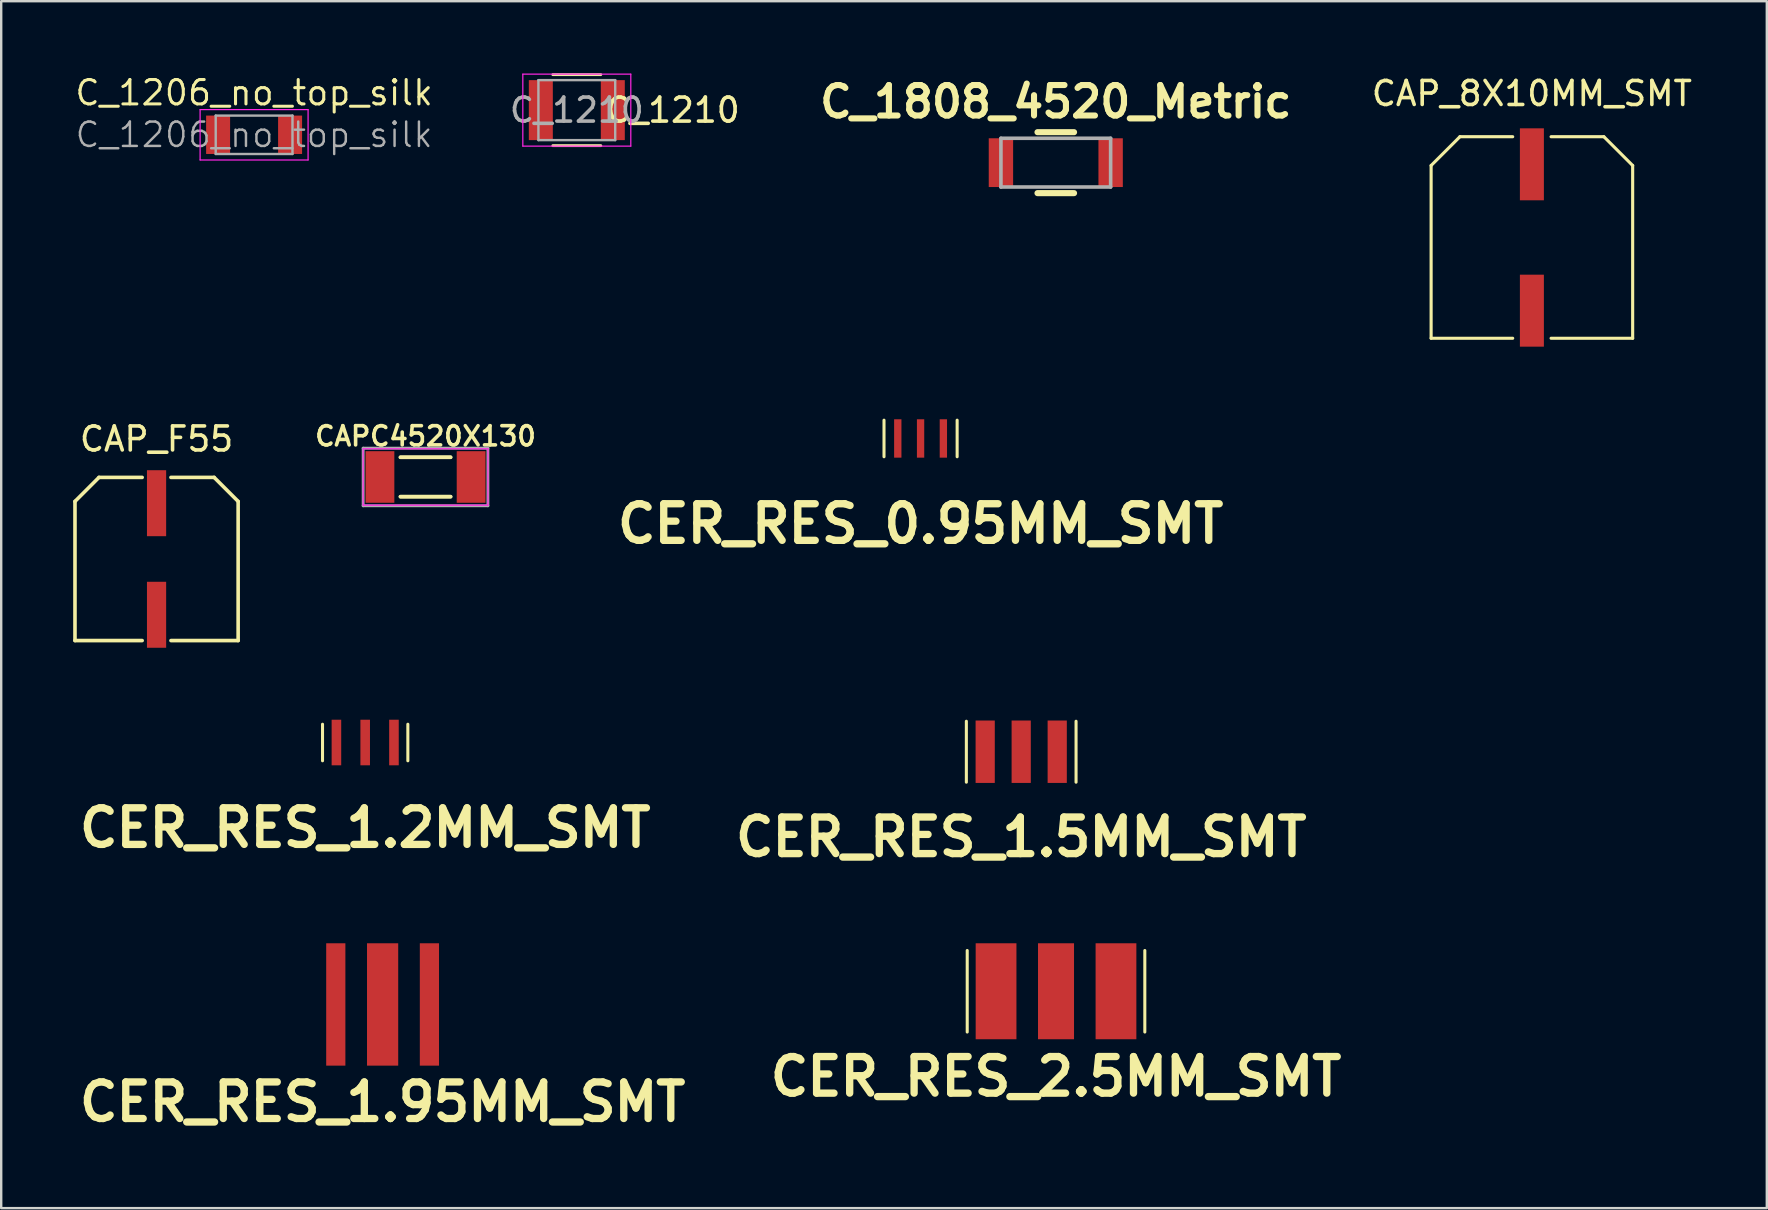
<source format=kicad_pcb>
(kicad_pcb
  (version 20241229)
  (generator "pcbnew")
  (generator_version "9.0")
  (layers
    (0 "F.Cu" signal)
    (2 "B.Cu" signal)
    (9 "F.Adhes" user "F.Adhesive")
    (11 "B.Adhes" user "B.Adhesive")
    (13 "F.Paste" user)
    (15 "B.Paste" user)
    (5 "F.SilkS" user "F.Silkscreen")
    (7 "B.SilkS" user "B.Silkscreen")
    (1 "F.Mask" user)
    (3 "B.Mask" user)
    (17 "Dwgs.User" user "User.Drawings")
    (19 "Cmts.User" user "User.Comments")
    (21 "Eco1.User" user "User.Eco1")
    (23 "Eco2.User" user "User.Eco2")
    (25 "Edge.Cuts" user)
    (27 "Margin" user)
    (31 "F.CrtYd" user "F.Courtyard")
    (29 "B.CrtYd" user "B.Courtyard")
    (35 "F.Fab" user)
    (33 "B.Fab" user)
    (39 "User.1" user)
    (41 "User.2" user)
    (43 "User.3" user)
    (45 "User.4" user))
  (footprint "CAPC4520X130"
    (layer "F.Cu")
    (at 14.685 16.829)
    (property "Reference" "CAPC4520X130" (at 0 -1.7 0) (layer "F.SilkS") (effects (font (size 0.8 0.8) (thickness 0.15))))
    (attr smd)
    (fp_line (start -1.046 -0.821) (end 1.046 -0.821) (stroke (width 0.15) (type solid)) (layer "F.SilkS"))
    (fp_line (start -1.046 0.821) (end 1.046 0.821) (stroke (width 0.15) (type solid)) (layer "F.SilkS"))
    (fp_line (start 1.046 -0.821) (end -1.046 -0.821) (stroke (width 0.15) (type solid)) (layer "F.SilkS"))
    (fp_line (start 1.046 0.821) (end -1.046 0.821) (stroke (width 0.15) (type solid)) (layer "F.SilkS"))
    (fp_line (start -2.6 -1.175) (end 2.6 -1.175) (stroke (width 0.05) (type solid)) (layer "F.CrtYd"))
    (fp_line (start -2.6 1.175) (end -2.6 -1.175) (stroke (width 0.05) (type solid)) (layer "F.CrtYd"))
    (fp_line (start 2.6 -1.175) (end 2.6 1.175) (stroke (width 0.05) (type solid)) (layer "F.CrtYd"))
    (fp_line (start 2.6 1.175) (end -2.6 1.175) (stroke (width 0.05) (type solid)) (layer "F.CrtYd"))
    (fp_line (start -2.6 -1.2) (end 2.6 -1.2) (stroke (width 0.12) (type solid)) (layer "F.Fab"))
    (fp_line (start -2.6 1.2) (end -2.6 -1.2) (stroke (width 0.12) (type solid)) (layer "F.Fab"))
    (fp_line (start 2.6 -1.2) (end 2.6 1.2) (stroke (width 0.12) (type solid)) (layer "F.Fab"))
    (fp_line (start 2.6 1.2) (end -2.6 1.2) (stroke (width 0.12) (type solid)) (layer "F.Fab"))
    (pad "1" smd rect (at -1.9 0) (size 1.2 2.15) (layers "F.Cu" "F.Mask" "F.Paste"))
    (pad "2" smd rect (at 1.9 0) (size 1.2 2.15) (layers "F.Cu" "F.Mask" "F.Paste")))
  (footprint "CAP_F55"
    (layer "F.Cu")
    (at 3.475 20.247)
    (property "Reference" "CAP_F55" (at 0 -5 0) (layer "F.SilkS") (effects (font (size 1 1) (thickness 0.15))))
    (attr through_hole)
    (fp_line (start -3.4 -2.4) (end -2.4 -3.4) (stroke (width 0.15) (type solid)) (layer "F.SilkS"))
    (fp_line (start -3.4 3.4) (end -3.4 -2.4) (stroke (width 0.15) (type solid)) (layer "F.SilkS"))
    (fp_line (start -3.4 3.4) (end -0.6 3.4) (stroke (width 0.15) (type solid)) (layer "F.SilkS"))
    (fp_line (start -0.6 -3.4) (end -2.4 -3.4) (stroke (width 0.15) (type solid)) (layer "F.SilkS"))
    (fp_line (start 0.6 3.4) (end 3.4 3.4) (stroke (width 0.15) (type solid)) (layer "F.SilkS"))
    (fp_line (start 2.4 -3.4) (end 0.6 -3.4) (stroke (width 0.15) (type solid)) (layer "F.SilkS"))
    (fp_line (start 2.4 -3.4) (end 3.4 -2.4) (stroke (width 0.15) (type solid)) (layer "F.SilkS"))
    (fp_line (start 3.4 -2.4) (end 3.4 3.4) (stroke (width 0.15) (type solid)) (layer "F.SilkS"))
    (pad "1" smd rect (at 0 -2.325) (size 0.8 2.75) (layers "F.Cu" "F.Mask" "F.Paste"))
    (pad "2" smd rect (at 0 2.325) (size 0.8 2.75) (layers "F.Cu" "F.Mask" "F.Paste")))
  (footprint "CER_RES_1.5MM_SMT"
    (layer "F.Cu")
    (at 39.511 28.28)
    (property "Reference" "CER_RES_1.5MM_SMT" (at 0 3.556 0) (layer "F.SilkS") (effects (font (size 1.524 1.524) (thickness 0.305))))
    (attr through_hole)
    (fp_line (start -2.286 -1.27) (end -2.286 1.27) (stroke (width 0.127) (type solid)) (layer "F.SilkS"))
    (fp_line (start 2.286 -1.27) (end 2.286 1.27) (stroke (width 0.127) (type solid)) (layer "F.SilkS"))
    (pad "1" smd rect (at -1.501 0) (size 0.8 2.601) (layers "F.Cu" "F.Mask" "F.Paste"))
    (pad "2" smd rect (at 0 0) (size 0.8 2.601) (layers "F.Cu" "F.Mask" "F.Paste"))
    (pad "3" smd rect (at 1.501 0) (size 0.8 2.601) (layers "F.Cu" "F.Mask" "F.Paste")))
  (footprint "C_1210"
    (layer "F.Cu")
    (at 20.99 1.54)
    (property "Reference" "C_1210" (at 4 0 0) (layer "F.SilkS") (effects (font (size 1 1) (thickness 0.15))))
    (attr smd)
    (fp_line (start -1 1.48) (end 1 1.48) (stroke (width 0.12) (type solid)) (layer "F.SilkS"))
    (fp_line (start 1 -1.48) (end -1 -1.48) (stroke (width 0.12) (type solid)) (layer "F.SilkS"))
    (fp_line (start -2.25 -1.5) (end -2.25 1.5) (stroke (width 0.05) (type solid)) (layer "F.CrtYd"))
    (fp_line (start -2.25 -1.5) (end 2.25 -1.5) (stroke (width 0.05) (type solid)) (layer "F.CrtYd"))
    (fp_line (start 2.25 1.5) (end -2.25 1.5) (stroke (width 0.05) (type solid)) (layer "F.CrtYd"))
    (fp_line (start 2.25 1.5) (end 2.25 -1.5) (stroke (width 0.05) (type solid)) (layer "F.CrtYd"))
    (fp_line (start -1.6 -1.25) (end 1.6 -1.25) (stroke (width 0.1) (type solid)) (layer "F.Fab"))
    (fp_line (start -1.6 1.25) (end -1.6 -1.25) (stroke (width 0.1) (type solid)) (layer "F.Fab"))
    (fp_line (start 1.6 -1.25) (end 1.6 1.25) (stroke (width 0.1) (type solid)) (layer "F.Fab"))
    (fp_line (start 1.6 1.25) (end -1.6 1.25) (stroke (width 0.1) (type solid)) (layer "F.Fab"))
    (fp_text user "${REFERENCE}" (at 0 0 0) (layer "F.Fab") (effects (font (size 1 1) (thickness 0.15))))
    (pad "1" smd rect (at -1.5 0) (size 1 2.5) (layers "F.Cu" "F.Mask" "F.Paste"))
    (pad "2" smd rect (at 1.5 0) (size 1 2.5) (layers "F.Cu" "F.Mask" "F.Paste")))
  (footprint "CER_RES_2.5MM_SMT"
    (layer "F.Cu")
    (at 40.962 38.263)
    (property "Reference" "CER_RES_2.5MM_SMT" (at 0 3.556 0) (layer "F.SilkS") (effects (font (size 1.524 1.524) (thickness 0.305))))
    (attr through_hole)
    (fp_line (start -3.701 -1.699) (end -3.701 1.699) (stroke (width 0.127) (type solid)) (layer "F.SilkS"))
    (fp_line (start 3.701 -1.699) (end 3.701 1.699) (stroke (width 0.127) (type solid)) (layer "F.SilkS"))
    (pad "1" smd rect (at -2.499 0) (size 1.699 4) (layers "F.Cu" "F.Mask" "F.Paste"))
    (pad "2" smd rect (at 0 0) (size 1.501 4) (layers "F.Cu" "F.Mask" "F.Paste"))
    (pad "3" smd rect (at 2.499 0) (size 1.699 4) (layers "F.Cu" "F.Mask" "F.Paste")))
  (footprint "CER_RES_1.95MM_SMT"
    (layer "F.Cu")
    (at 12.896 38.813)
    (property "Reference" "CER_RES_1.95MM_SMT" (at 0 4.064 0) (layer "F.SilkS") (effects (font (size 1.524 1.524) (thickness 0.305))))
    (attr through_hole)
    (pad "1" smd rect (at -1.951 0) (size 0.8 5.1) (layers "F.Cu" "F.Mask" "F.Paste"))
    (pad "2" smd rect (at 0 0) (size 1.3 5.1) (layers "F.Cu" "F.Mask" "F.Paste"))
    (pad "3" smd rect (at 1.951 0) (size 0.8 5.1) (layers "F.Cu" "F.Mask" "F.Paste")))
  (footprint "C_1206_no_top_silk"
    (layer "F.Cu")
    (at 7.54 2.567)
    (property "Reference" "C_1206_no_top_silk" (at 0 -1.75 0) (layer "F.SilkS") (effects (font (size 1.016 1.016) (thickness 0.127))))
    (attr smd)
    (fp_line (start -2.25 -1.05) (end -2.25 1.05) (stroke (width 0.05) (type solid)) (layer "F.CrtYd"))
    (fp_line (start -2.25 -1.05) (end 2.25 -1.05) (stroke (width 0.05) (type solid)) (layer "F.CrtYd"))
    (fp_line (start 2.25 1.05) (end -2.25 1.05) (stroke (width 0.05) (type solid)) (layer "F.CrtYd"))
    (fp_line (start 2.25 1.05) (end 2.25 -1.05) (stroke (width 0.05) (type solid)) (layer "F.CrtYd"))
    (fp_line (start -1.6 -0.8) (end 1.6 -0.8) (stroke (width 0.1) (type solid)) (layer "F.Fab"))
    (fp_line (start -1.6 0.8) (end -1.6 -0.8) (stroke (width 0.1) (type solid)) (layer "F.Fab"))
    (fp_line (start 1.6 -0.8) (end 1.6 0.8) (stroke (width 0.1) (type solid)) (layer "F.Fab"))
    (fp_line (start 1.6 0.8) (end -1.6 0.8) (stroke (width 0.1) (type solid)) (layer "F.Fab"))
    (fp_text user "${REFERENCE}" (at 0 0 0) (layer "F.Fab") (effects (font (size 1.016 1.016) (thickness 0.102))))
    (pad "1" smd rect (at -1.5 0) (size 1 1.6) (layers "F.Cu" "F.Mask" "F.Paste"))
    (pad "2" smd rect (at 1.5 0) (size 1 1.6) (layers "F.Cu" "F.Mask" "F.Paste")))
  (footprint "C_1808_4520_Metric"
    (layer "F.Cu")
    (at 40.952 3.729)
    (property "Reference" "C_1808_4520_Metric" (at 0 -2.54 0) (layer "F.SilkS") (effects (font (size 1.27 1.27) (thickness 0.254))))
    (attr smd)
    (fp_line (start 0.762 -1.27) (end -0.762 -1.27) (stroke (width 0.254) (type solid)) (layer "F.SilkS"))
    (fp_line (start 0.762 1.27) (end -0.762 1.27) (stroke (width 0.254) (type solid)) (layer "F.SilkS"))
    (fp_line (start -2.286 -1.016) (end -2.286 1.016) (stroke (width 0.15) (type solid)) (layer "F.Fab"))
    (fp_line (start -2.286 -1.016) (end 2.286 -1.016) (stroke (width 0.15) (type solid)) (layer "F.Fab"))
    (fp_line (start -2.286 1.016) (end 2.286 1.016) (stroke (width 0.15) (type solid)) (layer "F.Fab"))
    (fp_line (start 2.286 1.016) (end 2.286 -1.016) (stroke (width 0.15) (type solid)) (layer "F.Fab"))
    (pad "1" smd rect (at -2.286 0) (size 1.016 2.032) (layers "F.Cu" "F.Mask" "F.Paste"))
    (pad "2" smd rect (at 2.286 0) (size 1.016 2.032) (layers "F.Cu" "F.Mask" "F.Paste")))
  (footprint "CER_RES_1.2MM_SMT"
    (layer "F.Cu")
    (at 12.17 27.896)
    (property "Reference" "CER_RES_1.2MM_SMT" (at 0 3.556 0) (layer "F.SilkS") (effects (font (size 1.524 1.524) (thickness 0.305))))
    (attr through_hole)
    (fp_line (start -1.778 -0.762) (end -1.778 0.762) (stroke (width 0.127) (type solid)) (layer "F.SilkS"))
    (fp_line (start 1.778 -0.762) (end 1.778 0.762) (stroke (width 0.127) (type solid)) (layer "F.SilkS"))
    (pad "1" smd rect (at -1.199 0) (size 0.399 1.9) (layers "F.Cu" "F.Mask" "F.Paste"))
    (pad "2" smd rect (at 0 0) (size 0.399 1.9) (layers "F.Cu" "F.Mask" "F.Paste"))
    (pad "3" smd rect (at 1.199 0) (size 0.399 1.9) (layers "F.Cu" "F.Mask" "F.Paste")))
  (footprint "CER_RES_0.95MM_SMT"
    (layer "F.Cu")
    (at 35.317 15.224)
    (property "Reference" "CER_RES_0.95MM_SMT" (at 0 3.556 0) (layer "F.SilkS") (effects (font (size 1.524 1.524) (thickness 0.305))))
    (attr through_hole)
    (fp_line (start -1.524 -0.762) (end -1.524 0.762) (stroke (width 0.127) (type solid)) (layer "F.SilkS"))
    (fp_line (start 1.524 -0.762) (end 1.524 0.762) (stroke (width 0.127) (type solid)) (layer "F.SilkS"))
    (pad "1" smd rect (at -0.95 0) (size 0.305 1.6) (layers "F.Cu" "F.Mask" "F.Paste"))
    (pad "2" smd rect (at 0 0) (size 0.305 1.6) (layers "F.Cu" "F.Mask" "F.Paste"))
    (pad "3" smd rect (at 0.95 0) (size 0.305 1.6) (layers "F.Cu" "F.Mask" "F.Paste")))
  (footprint "CAP_8X10MM_SMT"
    (layer "F.Cu")
    (at 60.795 6.848)
    (property "Reference" "CAP_8X10MM_SMT" (at 0 -6 0) (layer "F.SilkS") (effects (font (size 1 1) (thickness 0.15))))
    (attr through_hole)
    (fp_line (start -4.2 4.2) (end -4.2 -3) (stroke (width 0.13) (type solid)) (layer "F.SilkS"))
    (fp_line (start -3 -4.2) (end -4.2 -3) (stroke (width 0.13) (type solid)) (layer "F.SilkS"))
    (fp_line (start -0.8 -4.2) (end -3 -4.2) (stroke (width 0.13) (type solid)) (layer "F.SilkS"))
    (fp_line (start -0.8 4.2) (end -4.2 4.2) (stroke (width 0.13) (type solid)) (layer "F.SilkS"))
    (fp_line (start 0.8 -4.2) (end 3 -4.2) (stroke (width 0.13) (type solid)) (layer "F.SilkS"))
    (fp_line (start 0.8 4.2) (end 4.2 4.2) (stroke (width 0.13) (type solid)) (layer "F.SilkS"))
    (fp_line (start 3 -4.2) (end 4.2 -3) (stroke (width 0.13) (type solid)) (layer "F.SilkS"))
    (fp_line (start 4.2 -3) (end 4.2 4.2) (stroke (width 0.13) (type solid)) (layer "F.SilkS"))
    (pad "1" smd rect (at 0 -3.05) (size 1 3) (layers "F.Cu" "F.Mask" "F.Paste"))
    (pad "2" smd rect (at 0 3.05) (size 1 3) (layers "F.Cu" "F.Mask" "F.Paste")))
  (gr_rect
    (start -3 -3)
    (end 70.586 47.303)
    (stroke (width 0.1) (type default))
    (fill no)
    (layer "Edge.Cuts")))
</source>
